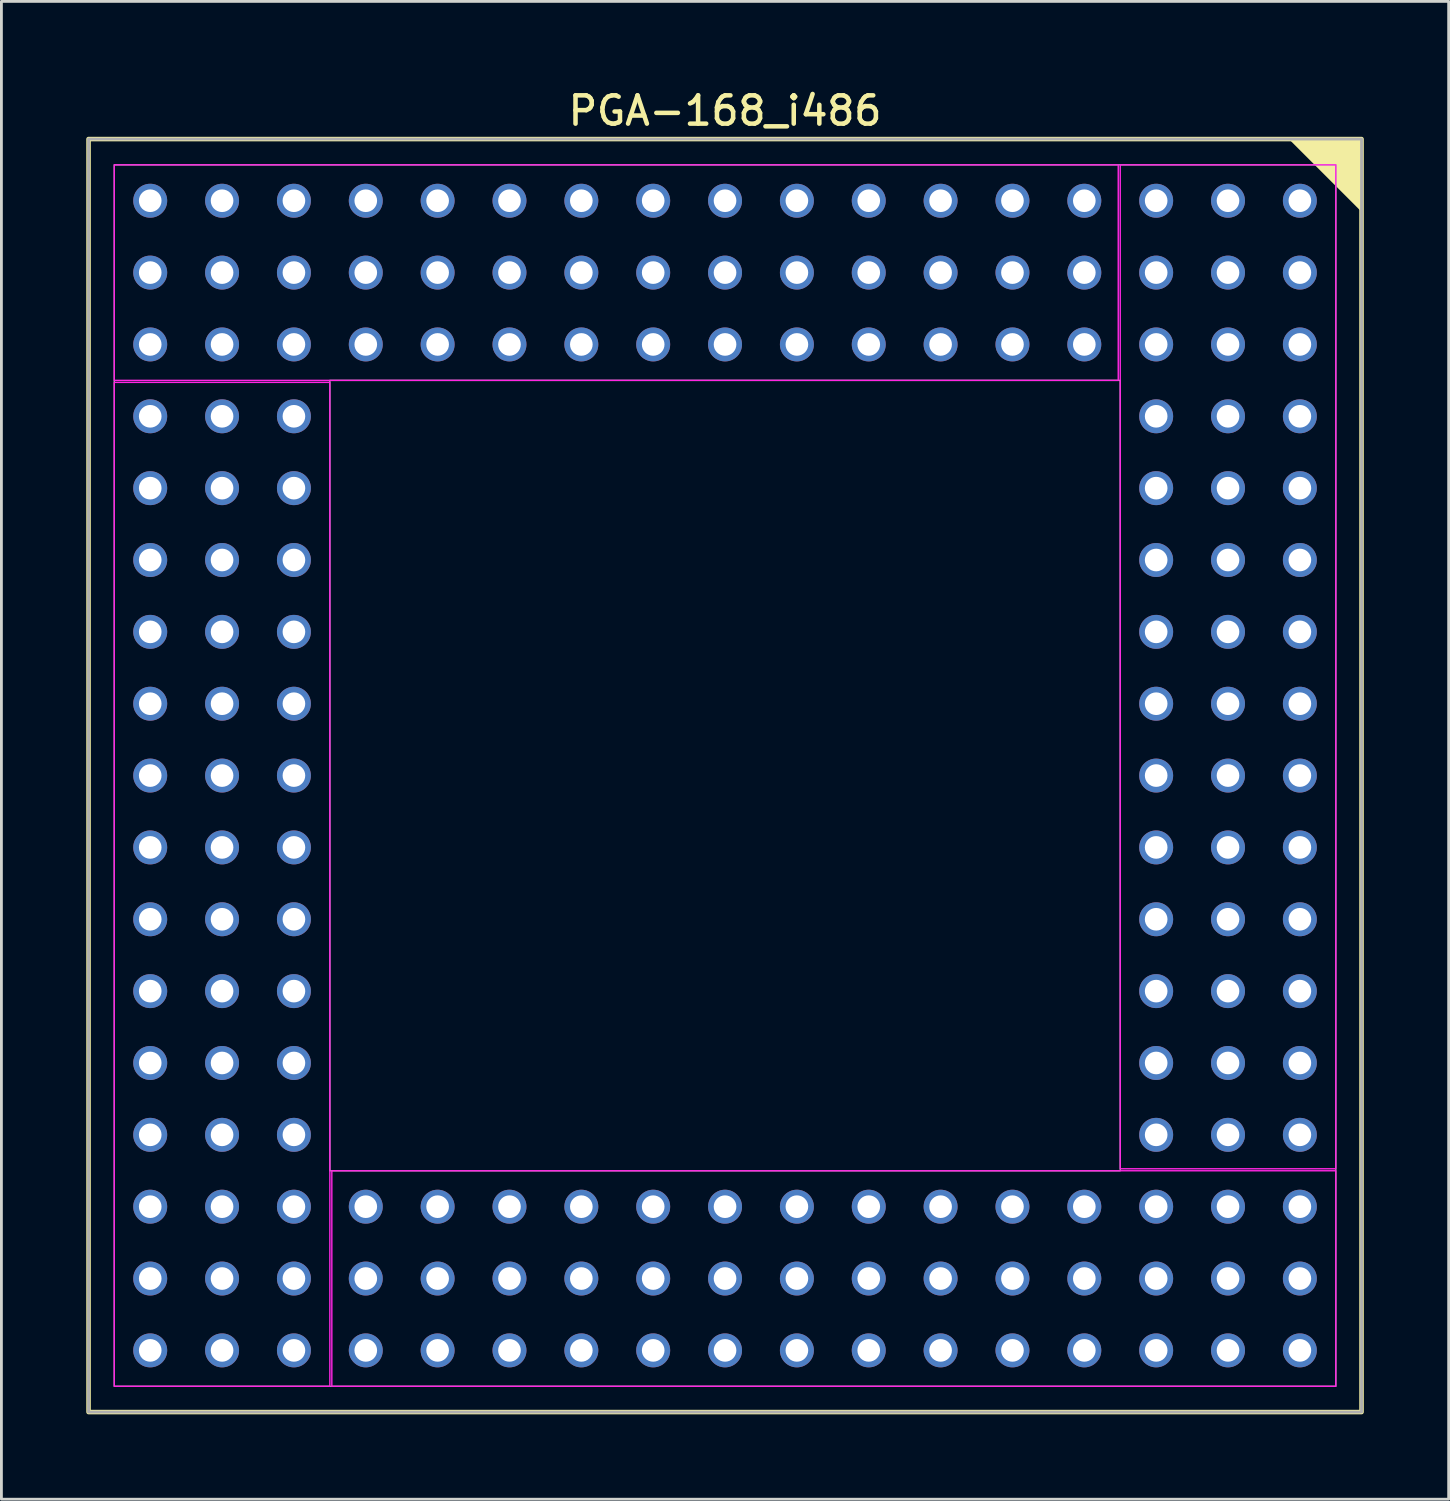
<source format=kicad_pcb>
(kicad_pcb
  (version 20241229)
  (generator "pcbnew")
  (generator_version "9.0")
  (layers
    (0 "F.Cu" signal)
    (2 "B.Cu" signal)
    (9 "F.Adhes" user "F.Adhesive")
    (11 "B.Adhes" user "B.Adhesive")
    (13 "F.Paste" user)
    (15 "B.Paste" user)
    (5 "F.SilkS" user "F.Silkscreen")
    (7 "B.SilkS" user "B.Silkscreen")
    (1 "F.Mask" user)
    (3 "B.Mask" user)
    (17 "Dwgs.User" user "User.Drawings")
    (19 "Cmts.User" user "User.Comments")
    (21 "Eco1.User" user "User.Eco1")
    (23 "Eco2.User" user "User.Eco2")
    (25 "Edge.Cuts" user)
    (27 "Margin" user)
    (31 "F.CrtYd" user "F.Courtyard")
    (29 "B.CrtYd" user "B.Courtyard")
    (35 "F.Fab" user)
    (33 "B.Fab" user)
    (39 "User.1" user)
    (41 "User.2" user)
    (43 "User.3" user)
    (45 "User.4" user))
  (footprint "PGA-168_i486"
    (layer "F.Cu")
    (at 22.58 24.366)
    (property "Reference" "PGA-168_i486" (at 0 -23.5 0) (unlocked yes) (layer "F.SilkS") (effects (font (size 1 1) (thickness 0.16))))
    (attr through_hole)
    (fp_rect (start -22.5 -22.5) (end 22.5 22.5) (stroke (width 0.16) (type solid)) (fill no) (layer "F.SilkS"))
    (fp_poly (pts (xy 22.5 -22.5) (xy 22.5 -20) (xy 20 -22.5)) (stroke (width 0.1) (type solid)) (fill yes) (layer "F.SilkS"))
    (fp_rect (start -21.59 -21.59) (end 13.9 -13.97) (stroke (width 0.05) (type solid)) (fill no) (layer "F.CrtYd"))
    (fp_rect (start -21.59 -13.9) (end -13.97 21.59) (stroke (width 0.05) (type solid)) (fill no) (layer "F.CrtYd"))
    (fp_rect (start -13.9 13.97) (end 21.59 21.59) (stroke (width 0.05) (type solid)) (fill no) (layer "F.CrtYd"))
    (fp_rect (start 13.97 -21.59) (end 21.59 13.9) (stroke (width 0.05) (type solid)) (fill no) (layer "F.CrtYd"))
    (fp_rect (start -22.5 -22.5) (end 22.5 22.5) (stroke (width 0.1) (type default)) (fill no) (layer "F.Fab"))
    (fp_rect (start -21.59 -21.59) (end 21.59 21.59) (stroke (width 0.05) (type solid)) (fill no) (layer "F.Fab"))
    (fp_rect (start -13.97 -13.97) (end 13.97 13.97) (stroke (width 0.05) (type solid)) (fill no) (layer "F.Fab"))
    (pad "A1" thru_hole circle (at 20.32 -20.32) (size 1.2 1.2) (drill 0.8) (layers "*.Cu" "*.Mask"))
    (pad "A2" thru_hole circle (at 20.32 -17.78) (size 1.2 1.2) (drill 0.8) (layers "*.Cu" "*.Mask"))
    (pad "A3" thru_hole circle (at 20.32 -15.24) (size 1.2 1.2) (drill 0.8) (layers "*.Cu" "*.Mask"))
    (pad "A4" thru_hole circle (at 20.32 -12.7) (size 1.2 1.2) (drill 0.8) (layers "*.Cu" "*.Mask"))
    (pad "A5" thru_hole circle (at 20.32 -10.16) (size 1.2 1.2) (drill 0.8) (layers "*.Cu" "*.Mask"))
    (pad "A6" thru_hole circle (at 20.32 -7.62) (size 1.2 1.2) (drill 0.8) (layers "*.Cu" "*.Mask"))
    (pad "A7" thru_hole circle (at 20.32 -5.08) (size 1.2 1.2) (drill 0.8) (layers "*.Cu" "*.Mask"))
    (pad "A8" thru_hole circle (at 20.32 -2.54) (size 1.2 1.2) (drill 0.8) (layers "*.Cu" "*.Mask"))
    (pad "A9" thru_hole circle (at 20.32 0) (size 1.2 1.2) (drill 0.8) (layers "*.Cu" "*.Mask"))
    (pad "A10" thru_hole circle (at 20.32 2.54) (size 1.2 1.2) (drill 0.8) (layers "*.Cu" "*.Mask"))
    (pad "A11" thru_hole circle (at 20.32 5.08) (size 1.2 1.2) (drill 0.8) (layers "*.Cu" "*.Mask"))
    (pad "A12" thru_hole circle (at 20.32 7.62) (size 1.2 1.2) (drill 0.8) (layers "*.Cu" "*.Mask"))
    (pad "A13" thru_hole circle (at 20.32 10.16) (size 1.2 1.2) (drill 0.8) (layers "*.Cu" "*.Mask"))
    (pad "A14" thru_hole circle (at 20.32 12.7) (size 1.2 1.2) (drill 0.8) (layers "*.Cu" "*.Mask"))
    (pad "A15" thru_hole circle (at 20.32 15.24) (size 1.2 1.2) (drill 0.8) (layers "*.Cu" "*.Mask"))
    (pad "A16" thru_hole circle (at 20.32 17.78) (size 1.2 1.2) (drill 0.8) (layers "*.Cu" "*.Mask"))
    (pad "A17" thru_hole circle (at 20.32 20.32) (size 1.2 1.2) (drill 0.8) (layers "*.Cu" "*.Mask"))
    (pad "B1" thru_hole circle (at 17.78 -20.32) (size 1.2 1.2) (drill 0.8) (layers "*.Cu" "*.Mask"))
    (pad "B2" thru_hole circle (at 17.78 -17.78) (size 1.2 1.2) (drill 0.8) (layers "*.Cu" "*.Mask"))
    (pad "B3" thru_hole circle (at 17.78 -15.24) (size 1.2 1.2) (drill 0.8) (layers "*.Cu" "*.Mask"))
    (pad "B4" thru_hole circle (at 17.78 -12.7) (size 1.2 1.2) (drill 0.8) (layers "*.Cu" "*.Mask"))
    (pad "B5" thru_hole circle (at 17.78 -10.16) (size 1.2 1.2) (drill 0.8) (layers "*.Cu" "*.Mask"))
    (pad "B6" thru_hole circle (at 17.78 -7.62) (size 1.2 1.2) (drill 0.8) (layers "*.Cu" "*.Mask"))
    (pad "B7" thru_hole circle (at 17.78 -5.08) (size 1.2 1.2) (drill 0.8) (layers "*.Cu" "*.Mask"))
    (pad "B8" thru_hole circle (at 17.78 -2.54) (size 1.2 1.2) (drill 0.8) (layers "*.Cu" "*.Mask"))
    (pad "B9" thru_hole circle (at 17.78 0) (size 1.2 1.2) (drill 0.8) (layers "*.Cu" "*.Mask"))
    (pad "B10" thru_hole circle (at 17.78 2.54) (size 1.2 1.2) (drill 0.8) (layers "*.Cu" "*.Mask"))
    (pad "B11" thru_hole circle (at 17.78 5.08) (size 1.2 1.2) (drill 0.8) (layers "*.Cu" "*.Mask"))
    (pad "B12" thru_hole circle (at 17.78 7.62) (size 1.2 1.2) (drill 0.8) (layers "*.Cu" "*.Mask"))
    (pad "B13" thru_hole circle (at 17.78 10.16) (size 1.2 1.2) (drill 0.8) (layers "*.Cu" "*.Mask"))
    (pad "B14" thru_hole circle (at 17.78 12.7) (size 1.2 1.2) (drill 0.8) (layers "*.Cu" "*.Mask"))
    (pad "B15" thru_hole circle (at 17.78 15.24) (size 1.2 1.2) (drill 0.8) (layers "*.Cu" "*.Mask"))
    (pad "B16" thru_hole circle (at 17.78 17.78) (size 1.2 1.2) (drill 0.8) (layers "*.Cu" "*.Mask"))
    (pad "B17" thru_hole circle (at 17.78 20.32) (size 1.2 1.2) (drill 0.8) (layers "*.Cu" "*.Mask"))
    (pad "C1" thru_hole circle (at 15.24 -20.32) (size 1.2 1.2) (drill 0.8) (layers "*.Cu" "*.Mask"))
    (pad "C2" thru_hole circle (at 15.24 -17.78) (size 1.2 1.2) (drill 0.8) (layers "*.Cu" "*.Mask"))
    (pad "C3" thru_hole circle (at 15.24 -15.24) (size 1.2 1.2) (drill 0.8) (layers "*.Cu" "*.Mask"))
    (pad "C4" thru_hole circle (at 15.24 -12.7) (size 1.2 1.2) (drill 0.8) (layers "*.Cu" "*.Mask"))
    (pad "C5" thru_hole circle (at 15.24 -10.16) (size 1.2 1.2) (drill 0.8) (layers "*.Cu" "*.Mask"))
    (pad "C6" thru_hole circle (at 15.24 -7.62) (size 1.2 1.2) (drill 0.8) (layers "*.Cu" "*.Mask"))
    (pad "C7" thru_hole circle (at 15.24 -5.08) (size 1.2 1.2) (drill 0.8) (layers "*.Cu" "*.Mask"))
    (pad "C8" thru_hole circle (at 15.24 -2.54) (size 1.2 1.2) (drill 0.8) (layers "*.Cu" "*.Mask"))
    (pad "C9" thru_hole circle (at 15.24 0) (size 1.2 1.2) (drill 0.8) (layers "*.Cu" "*.Mask"))
    (pad "C10" thru_hole circle (at 15.24 2.54) (size 1.2 1.2) (drill 0.8) (layers "*.Cu" "*.Mask"))
    (pad "C11" thru_hole circle (at 15.24 5.08) (size 1.2 1.2) (drill 0.8) (layers "*.Cu" "*.Mask"))
    (pad "C12" thru_hole circle (at 15.24 7.62) (size 1.2 1.2) (drill 0.8) (layers "*.Cu" "*.Mask"))
    (pad "C13" thru_hole circle (at 15.24 10.16) (size 1.2 1.2) (drill 0.8) (layers "*.Cu" "*.Mask"))
    (pad "C14" thru_hole circle (at 15.24 12.7) (size 1.2 1.2) (drill 0.8) (layers "*.Cu" "*.Mask"))
    (pad "C15" thru_hole circle (at 15.24 15.24) (size 1.2 1.2) (drill 0.8) (layers "*.Cu" "*.Mask"))
    (pad "C16" thru_hole circle (at 15.24 17.78) (size 1.2 1.2) (drill 0.8) (layers "*.Cu" "*.Mask"))
    (pad "C17" thru_hole circle (at 15.24 20.32) (size 1.2 1.2) (drill 0.8) (layers "*.Cu" "*.Mask"))
    (pad "D1" thru_hole circle (at 12.7 -20.32) (size 1.2 1.2) (drill 0.8) (layers "*.Cu" "*.Mask"))
    (pad "D2" thru_hole circle (at 12.7 -17.78) (size 1.2 1.2) (drill 0.8) (layers "*.Cu" "*.Mask"))
    (pad "D3" thru_hole circle (at 12.7 -15.24) (size 1.2 1.2) (drill 0.8) (layers "*.Cu" "*.Mask"))
    (pad "D15" thru_hole circle (at 12.7 15.24) (size 1.2 1.2) (drill 0.8) (layers "*.Cu" "*.Mask"))
    (pad "D16" thru_hole circle (at 12.7 17.78) (size 1.2 1.2) (drill 0.8) (layers "*.Cu" "*.Mask"))
    (pad "D17" thru_hole circle (at 12.7 20.32) (size 1.2 1.2) (drill 0.8) (layers "*.Cu" "*.Mask"))
    (pad "E1" thru_hole circle (at 10.16 -20.32) (size 1.2 1.2) (drill 0.8) (layers "*.Cu" "*.Mask"))
    (pad "E2" thru_hole circle (at 10.16 -17.78) (size 1.2 1.2) (drill 0.8) (layers "*.Cu" "*.Mask"))
    (pad "E3" thru_hole circle (at 10.16 -15.24) (size 1.2 1.2) (drill 0.8) (layers "*.Cu" "*.Mask"))
    (pad "E15" thru_hole circle (at 10.16 15.24) (size 1.2 1.2) (drill 0.8) (layers "*.Cu" "*.Mask"))
    (pad "E16" thru_hole circle (at 10.16 17.78) (size 1.2 1.2) (drill 0.8) (layers "*.Cu" "*.Mask"))
    (pad "E17" thru_hole circle (at 10.16 20.32) (size 1.2 1.2) (drill 0.8) (layers "*.Cu" "*.Mask"))
    (pad "F1" thru_hole circle (at 7.62 -20.32) (size 1.2 1.2) (drill 0.8) (layers "*.Cu" "*.Mask"))
    (pad "F2" thru_hole circle (at 7.62 -17.78) (size 1.2 1.2) (drill 0.8) (layers "*.Cu" "*.Mask"))
    (pad "F3" thru_hole circle (at 7.62 -15.24) (size 1.2 1.2) (drill 0.8) (layers "*.Cu" "*.Mask"))
    (pad "F15" thru_hole circle (at 7.62 15.24) (size 1.2 1.2) (drill 0.8) (layers "*.Cu" "*.Mask"))
    (pad "F16" thru_hole circle (at 7.62 17.78) (size 1.2 1.2) (drill 0.8) (layers "*.Cu" "*.Mask"))
    (pad "F17" thru_hole circle (at 7.62 20.32) (size 1.2 1.2) (drill 0.8) (layers "*.Cu" "*.Mask"))
    (pad "G1" thru_hole circle (at 5.08 -20.32) (size 1.2 1.2) (drill 0.8) (layers "*.Cu" "*.Mask"))
    (pad "G2" thru_hole circle (at 5.08 -17.78) (size 1.2 1.2) (drill 0.8) (layers "*.Cu" "*.Mask"))
    (pad "G3" thru_hole circle (at 5.08 -15.24) (size 1.2 1.2) (drill 0.8) (layers "*.Cu" "*.Mask"))
    (pad "G15" thru_hole circle (at 5.08 15.24) (size 1.2 1.2) (drill 0.8) (layers "*.Cu" "*.Mask"))
    (pad "G16" thru_hole circle (at 5.08 17.78) (size 1.2 1.2) (drill 0.8) (layers "*.Cu" "*.Mask"))
    (pad "G17" thru_hole circle (at 5.08 20.32) (size 1.2 1.2) (drill 0.8) (layers "*.Cu" "*.Mask"))
    (pad "H1" thru_hole circle (at 2.54 -20.32) (size 1.2 1.2) (drill 0.8) (layers "*.Cu" "*.Mask"))
    (pad "H2" thru_hole circle (at 2.54 -17.78) (size 1.2 1.2) (drill 0.8) (layers "*.Cu" "*.Mask"))
    (pad "H3" thru_hole circle (at 2.54 -15.24) (size 1.2 1.2) (drill 0.8) (layers "*.Cu" "*.Mask"))
    (pad "H15" thru_hole circle (at 2.54 15.24) (size 1.2 1.2) (drill 0.8) (layers "*.Cu" "*.Mask"))
    (pad "H16" thru_hole circle (at 2.54 17.78) (size 1.2 1.2) (drill 0.8) (layers "*.Cu" "*.Mask"))
    (pad "H17" thru_hole circle (at 2.54 20.32) (size 1.2 1.2) (drill 0.8) (layers "*.Cu" "*.Mask"))
    (pad "J1" thru_hole circle (at 0 -20.32) (size 1.2 1.2) (drill 0.8) (layers "*.Cu" "*.Mask"))
    (pad "J2" thru_hole circle (at 0 -17.78) (size 1.2 1.2) (drill 0.8) (layers "*.Cu" "*.Mask"))
    (pad "J3" thru_hole circle (at 0 -15.24) (size 1.2 1.2) (drill 0.8) (layers "*.Cu" "*.Mask"))
    (pad "J15" thru_hole circle (at 0 15.24) (size 1.2 1.2) (drill 0.8) (layers "*.Cu" "*.Mask"))
    (pad "J16" thru_hole circle (at 0 17.78) (size 1.2 1.2) (drill 0.8) (layers "*.Cu" "*.Mask"))
    (pad "J17" thru_hole circle (at 0 20.32) (size 1.2 1.2) (drill 0.8) (layers "*.Cu" "*.Mask"))
    (pad "K1" thru_hole circle (at -2.54 -20.32) (size 1.2 1.2) (drill 0.8) (layers "*.Cu" "*.Mask"))
    (pad "K2" thru_hole circle (at -2.54 -17.78) (size 1.2 1.2) (drill 0.8) (layers "*.Cu" "*.Mask"))
    (pad "K3" thru_hole circle (at -2.54 -15.24) (size 1.2 1.2) (drill 0.8) (layers "*.Cu" "*.Mask"))
    (pad "K15" thru_hole circle (at -2.54 15.24) (size 1.2 1.2) (drill 0.8) (layers "*.Cu" "*.Mask"))
    (pad "K16" thru_hole circle (at -2.54 17.78) (size 1.2 1.2) (drill 0.8) (layers "*.Cu" "*.Mask"))
    (pad "K17" thru_hole circle (at -2.54 20.32) (size 1.2 1.2) (drill 0.8) (layers "*.Cu" "*.Mask"))
    (pad "L1" thru_hole circle (at -5.08 -20.32) (size 1.2 1.2) (drill 0.8) (layers "*.Cu" "*.Mask"))
    (pad "L2" thru_hole circle (at -5.08 -17.78) (size 1.2 1.2) (drill 0.8) (layers "*.Cu" "*.Mask"))
    (pad "L3" thru_hole circle (at -5.08 -15.24) (size 1.2 1.2) (drill 0.8) (layers "*.Cu" "*.Mask"))
    (pad "L15" thru_hole circle (at -5.08 15.24) (size 1.2 1.2) (drill 0.8) (layers "*.Cu" "*.Mask"))
    (pad "L16" thru_hole circle (at -5.08 17.78) (size 1.2 1.2) (drill 0.8) (layers "*.Cu" "*.Mask"))
    (pad "L17" thru_hole circle (at -5.08 20.32) (size 1.2 1.2) (drill 0.8) (layers "*.Cu" "*.Mask"))
    (pad "M1" thru_hole circle (at -7.62 -20.32) (size 1.2 1.2) (drill 0.8) (layers "*.Cu" "*.Mask"))
    (pad "M2" thru_hole circle (at -7.62 -17.78) (size 1.2 1.2) (drill 0.8) (layers "*.Cu" "*.Mask"))
    (pad "M3" thru_hole circle (at -7.62 -15.24) (size 1.2 1.2) (drill 0.8) (layers "*.Cu" "*.Mask"))
    (pad "M15" thru_hole circle (at -7.62 15.24) (size 1.2 1.2) (drill 0.8) (layers "*.Cu" "*.Mask"))
    (pad "M16" thru_hole circle (at -7.62 17.78) (size 1.2 1.2) (drill 0.8) (layers "*.Cu" "*.Mask"))
    (pad "M17" thru_hole circle (at -7.62 20.32) (size 1.2 1.2) (drill 0.8) (layers "*.Cu" "*.Mask"))
    (pad "N1" thru_hole circle (at -10.16 -20.32) (size 1.2 1.2) (drill 0.8) (layers "*.Cu" "*.Mask"))
    (pad "N2" thru_hole circle (at -10.16 -17.78) (size 1.2 1.2) (drill 0.8) (layers "*.Cu" "*.Mask"))
    (pad "N3" thru_hole circle (at -10.16 -15.24) (size 1.2 1.2) (drill 0.8) (layers "*.Cu" "*.Mask"))
    (pad "N15" thru_hole circle (at -10.16 15.24) (size 1.2 1.2) (drill 0.8) (layers "*.Cu" "*.Mask"))
    (pad "N16" thru_hole circle (at -10.16 17.78) (size 1.2 1.2) (drill 0.8) (layers "*.Cu" "*.Mask"))
    (pad "N17" thru_hole circle (at -10.16 20.32) (size 1.2 1.2) (drill 0.8) (layers "*.Cu" "*.Mask"))
    (pad "P1" thru_hole circle (at -12.7 -20.32) (size 1.2 1.2) (drill 0.8) (layers "*.Cu" "*.Mask"))
    (pad "P2" thru_hole circle (at -12.7 -17.78) (size 1.2 1.2) (drill 0.8) (layers "*.Cu" "*.Mask"))
    (pad "P3" thru_hole circle (at -12.7 -15.24) (size 1.2 1.2) (drill 0.8) (layers "*.Cu" "*.Mask"))
    (pad "P15" thru_hole circle (at -12.7 15.24) (size 1.2 1.2) (drill 0.8) (layers "*.Cu" "*.Mask"))
    (pad "P16" thru_hole circle (at -12.7 17.78) (size 1.2 1.2) (drill 0.8) (layers "*.Cu" "*.Mask"))
    (pad "P17" thru_hole circle (at -12.7 20.32) (size 1.2 1.2) (drill 0.8) (layers "*.Cu" "*.Mask"))
    (pad "Q1" thru_hole circle (at -15.24 -20.32) (size 1.2 1.2) (drill 0.8) (layers "*.Cu" "*.Mask"))
    (pad "Q2" thru_hole circle (at -15.24 -17.78) (size 1.2 1.2) (drill 0.8) (layers "*.Cu" "*.Mask"))
    (pad "Q3" thru_hole circle (at -15.24 -15.24) (size 1.2 1.2) (drill 0.8) (layers "*.Cu" "*.Mask"))
    (pad "Q4" thru_hole circle (at -15.24 -12.7) (size 1.2 1.2) (drill 0.8) (layers "*.Cu" "*.Mask"))
    (pad "Q5" thru_hole circle (at -15.24 -10.16) (size 1.2 1.2) (drill 0.8) (layers "*.Cu" "*.Mask"))
    (pad "Q6" thru_hole circle (at -15.24 -7.62) (size 1.2 1.2) (drill 0.8) (layers "*.Cu" "*.Mask"))
    (pad "Q7" thru_hole circle (at -15.24 -5.08) (size 1.2 1.2) (drill 0.8) (layers "*.Cu" "*.Mask"))
    (pad "Q8" thru_hole circle (at -15.24 -2.54) (size 1.2 1.2) (drill 0.8) (layers "*.Cu" "*.Mask"))
    (pad "Q9" thru_hole circle (at -15.24 0) (size 1.2 1.2) (drill 0.8) (layers "*.Cu" "*.Mask"))
    (pad "Q10" thru_hole circle (at -15.24 2.54) (size 1.2 1.2) (drill 0.8) (layers "*.Cu" "*.Mask"))
    (pad "Q11" thru_hole circle (at -15.24 5.08) (size 1.2 1.2) (drill 0.8) (layers "*.Cu" "*.Mask"))
    (pad "Q12" thru_hole circle (at -15.24 7.62) (size 1.2 1.2) (drill 0.8) (layers "*.Cu" "*.Mask"))
    (pad "Q13" thru_hole circle (at -15.24 10.16) (size 1.2 1.2) (drill 0.8) (layers "*.Cu" "*.Mask"))
    (pad "Q14" thru_hole circle (at -15.24 12.7) (size 1.2 1.2) (drill 0.8) (layers "*.Cu" "*.Mask"))
    (pad "Q15" thru_hole circle (at -15.24 15.24) (size 1.2 1.2) (drill 0.8) (layers "*.Cu" "*.Mask"))
    (pad "Q16" thru_hole circle (at -15.24 17.78) (size 1.2 1.2) (drill 0.8) (layers "*.Cu" "*.Mask"))
    (pad "Q17" thru_hole circle (at -15.24 20.32) (size 1.2 1.2) (drill 0.8) (layers "*.Cu" "*.Mask"))
    (pad "R1" thru_hole circle (at -17.78 -20.32) (size 1.2 1.2) (drill 0.8) (layers "*.Cu" "*.Mask"))
    (pad "R2" thru_hole circle (at -17.78 -17.78) (size 1.2 1.2) (drill 0.8) (layers "*.Cu" "*.Mask"))
    (pad "R3" thru_hole circle (at -17.78 -15.24) (size 1.2 1.2) (drill 0.8) (layers "*.Cu" "*.Mask"))
    (pad "R4" thru_hole circle (at -17.78 -12.7) (size 1.2 1.2) (drill 0.8) (layers "*.Cu" "*.Mask"))
    (pad "R5" thru_hole circle (at -17.78 -10.16) (size 1.2 1.2) (drill 0.8) (layers "*.Cu" "*.Mask"))
    (pad "R6" thru_hole circle (at -17.78 -7.62) (size 1.2 1.2) (drill 0.8) (layers "*.Cu" "*.Mask"))
    (pad "R7" thru_hole circle (at -17.78 -5.08) (size 1.2 1.2) (drill 0.8) (layers "*.Cu" "*.Mask"))
    (pad "R8" thru_hole circle (at -17.78 -2.54) (size 1.2 1.2) (drill 0.8) (layers "*.Cu" "*.Mask"))
    (pad "R9" thru_hole circle (at -17.78 0) (size 1.2 1.2) (drill 0.8) (layers "*.Cu" "*.Mask"))
    (pad "R10" thru_hole circle (at -17.78 2.54) (size 1.2 1.2) (drill 0.8) (layers "*.Cu" "*.Mask"))
    (pad "R11" thru_hole circle (at -17.78 5.08) (size 1.2 1.2) (drill 0.8) (layers "*.Cu" "*.Mask"))
    (pad "R12" thru_hole circle (at -17.78 7.62) (size 1.2 1.2) (drill 0.8) (layers "*.Cu" "*.Mask"))
    (pad "R13" thru_hole circle (at -17.78 10.16) (size 1.2 1.2) (drill 0.8) (layers "*.Cu" "*.Mask"))
    (pad "R14" thru_hole circle (at -17.78 12.7) (size 1.2 1.2) (drill 0.8) (layers "*.Cu" "*.Mask"))
    (pad "R15" thru_hole circle (at -17.78 15.24) (size 1.2 1.2) (drill 0.8) (layers "*.Cu" "*.Mask"))
    (pad "R16" thru_hole circle (at -17.78 17.78) (size 1.2 1.2) (drill 0.8) (layers "*.Cu" "*.Mask"))
    (pad "R17" thru_hole circle (at -17.78 20.32) (size 1.2 1.2) (drill 0.8) (layers "*.Cu" "*.Mask"))
    (pad "S1" thru_hole circle (at -20.32 -20.32) (size 1.2 1.2) (drill 0.8) (layers "*.Cu" "*.Mask"))
    (pad "S2" thru_hole circle (at -20.32 -17.78) (size 1.2 1.2) (drill 0.8) (layers "*.Cu" "*.Mask"))
    (pad "S3" thru_hole circle (at -20.32 -15.24) (size 1.2 1.2) (drill 0.8) (layers "*.Cu" "*.Mask"))
    (pad "S4" thru_hole circle (at -20.32 -12.7) (size 1.2 1.2) (drill 0.8) (layers "*.Cu" "*.Mask"))
    (pad "S5" thru_hole circle (at -20.32 -10.16) (size 1.2 1.2) (drill 0.8) (layers "*.Cu" "*.Mask"))
    (pad "S6" thru_hole circle (at -20.32 -7.62) (size 1.2 1.2) (drill 0.8) (layers "*.Cu" "*.Mask"))
    (pad "S7" thru_hole circle (at -20.32 -5.08) (size 1.2 1.2) (drill 0.8) (layers "*.Cu" "*.Mask"))
    (pad "S8" thru_hole circle (at -20.32 -2.54) (size 1.2 1.2) (drill 0.8) (layers "*.Cu" "*.Mask"))
    (pad "S9" thru_hole circle (at -20.32 0) (size 1.2 1.2) (drill 0.8) (layers "*.Cu" "*.Mask"))
    (pad "S10" thru_hole circle (at -20.32 2.54) (size 1.2 1.2) (drill 0.8) (layers "*.Cu" "*.Mask"))
    (pad "S11" thru_hole circle (at -20.32 5.08) (size 1.2 1.2) (drill 0.8) (layers "*.Cu" "*.Mask"))
    (pad "S12" thru_hole circle (at -20.32 7.62) (size 1.2 1.2) (drill 0.8) (layers "*.Cu" "*.Mask"))
    (pad "S13" thru_hole circle (at -20.32 10.16) (size 1.2 1.2) (drill 0.8) (layers "*.Cu" "*.Mask"))
    (pad "S14" thru_hole circle (at -20.32 12.7) (size 1.2 1.2) (drill 0.8) (layers "*.Cu" "*.Mask"))
    (pad "S15" thru_hole circle (at -20.32 15.24) (size 1.2 1.2) (drill 0.8) (layers "*.Cu" "*.Mask"))
    (pad "S16" thru_hole circle (at -20.32 17.78) (size 1.2 1.2) (drill 0.8) (layers "*.Cu" "*.Mask"))
    (pad "S17" thru_hole circle (at -20.32 20.32) (size 1.2 1.2) (drill 0.8) (layers "*.Cu" "*.Mask")))
  (gr_rect
    (start -3 -3)
    (end 48.16 49.946)
    (stroke (width 0.1) (type default))
    (fill no)
    (layer "Edge.Cuts")))
</source>
